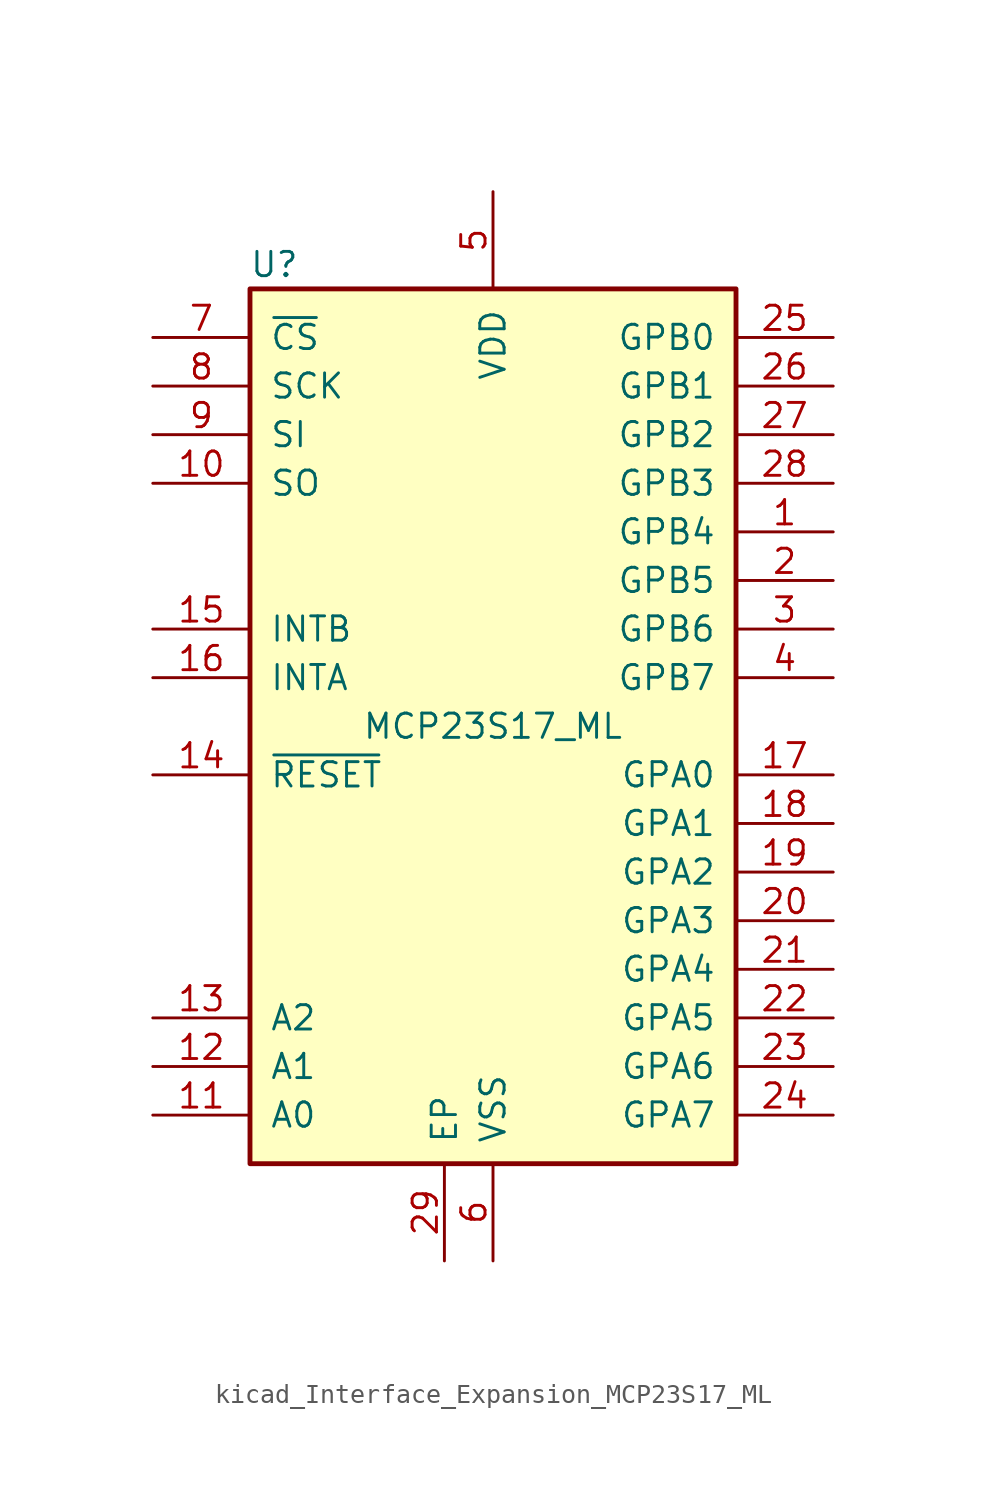
<source format=kicad_sym>
(kicad_symbol_lib
  (version 20220914)
  (generator kicad_symbol_editor)
  (symbol "kicad_Interface_Expansion_MCP23S17_ML"
    (pin_names
      (offset 1.016))
    (property "Reference" "U"
      (at -11.43 24.13 0)
      (effects (font (size 1.27 1.27))))
    (property "Value" "MCP23S17_ML"
      (at 0 0 0)
      (effects (font (size 1.27 1.27))))
    (symbol "kicad_Interface_Expansion_MCP23S17_ML_0_1"
      (rectangle (start -12.7 22.86) (end 12.7 -22.86) (stroke (width 0.254) (type default)) (fill (type background))))
    (symbol "kicad_Interface_Expansion_MCP23S17_ML_1_1"
      (pin bidirectional line (at 17.78 10.16 180) (length 5.08) (name "GPB4" (effects (font (size 1.27 1.27)))) (number "1" (effects (font (size 1.27 1.27)))))
      (pin output line (at -17.78 12.7 0) (length 5.08) (name "SO" (effects (font (size 1.27 1.27)))) (number "10" (effects (font (size 1.27 1.27)))))
      (pin input line (at -17.78 -20.32 0) (length 5.08) (name "A0" (effects (font (size 1.27 1.27)))) (number "11" (effects (font (size 1.27 1.27)))))
      (pin input line (at -17.78 -17.78 0) (length 5.08) (name "A1" (effects (font (size 1.27 1.27)))) (number "12" (effects (font (size 1.27 1.27)))))
      (pin input line (at -17.78 -15.24 0) (length 5.08) (name "A2" (effects (font (size 1.27 1.27)))) (number "13" (effects (font (size 1.27 1.27)))))
      (pin input line (at -17.78 -2.54 0) (length 5.08) (name "~{RESET}" (effects (font (size 1.27 1.27)))) (number "14" (effects (font (size 1.27 1.27)))))
      (pin tri_state line (at -17.78 5.08 0) (length 5.08) (name "INTB" (effects (font (size 1.27 1.27)))) (number "15" (effects (font (size 1.27 1.27)))))
      (pin tri_state line (at -17.78 2.54 0) (length 5.08) (name "INTA" (effects (font (size 1.27 1.27)))) (number "16" (effects (font (size 1.27 1.27)))))
      (pin bidirectional line (at 17.78 -2.54 180) (length 5.08) (name "GPA0" (effects (font (size 1.27 1.27)))) (number "17" (effects (font (size 1.27 1.27)))))
      (pin bidirectional line (at 17.78 -5.08 180) (length 5.08) (name "GPA1" (effects (font (size 1.27 1.27)))) (number "18" (effects (font (size 1.27 1.27)))))
      (pin bidirectional line (at 17.78 -7.62 180) (length 5.08) (name "GPA2" (effects (font (size 1.27 1.27)))) (number "19" (effects (font (size 1.27 1.27)))))
      (pin bidirectional line (at 17.78 7.62 180) (length 5.08) (name "GPB5" (effects (font (size 1.27 1.27)))) (number "2" (effects (font (size 1.27 1.27)))))
      (pin bidirectional line (at 17.78 -10.16 180) (length 5.08) (name "GPA3" (effects (font (size 1.27 1.27)))) (number "20" (effects (font (size 1.27 1.27)))))
      (pin bidirectional line (at 17.78 -12.7 180) (length 5.08) (name "GPA4" (effects (font (size 1.27 1.27)))) (number "21" (effects (font (size 1.27 1.27)))))
      (pin bidirectional line (at 17.78 -15.24 180) (length 5.08) (name "GPA5" (effects (font (size 1.27 1.27)))) (number "22" (effects (font (size 1.27 1.27)))))
      (pin bidirectional line (at 17.78 -17.78 180) (length 5.08) (name "GPA6" (effects (font (size 1.27 1.27)))) (number "23" (effects (font (size 1.27 1.27)))))
      (pin bidirectional line (at 17.78 -20.32 180) (length 5.08) (name "GPA7" (effects (font (size 1.27 1.27)))) (number "24" (effects (font (size 1.27 1.27)))))
      (pin bidirectional line (at 17.78 20.32 180) (length 5.08) (name "GPB0" (effects (font (size 1.27 1.27)))) (number "25" (effects (font (size 1.27 1.27)))))
      (pin bidirectional line (at 17.78 17.78 180) (length 5.08) (name "GPB1" (effects (font (size 1.27 1.27)))) (number "26" (effects (font (size 1.27 1.27)))))
      (pin bidirectional line (at 17.78 15.24 180) (length 5.08) (name "GPB2" (effects (font (size 1.27 1.27)))) (number "27" (effects (font (size 1.27 1.27)))))
      (pin bidirectional line (at 17.78 12.7 180) (length 5.08) (name "GPB3" (effects (font (size 1.27 1.27)))) (number "28" (effects (font (size 1.27 1.27)))))
      (pin passive line (at -2.54 -27.94 90) (length 5.08) (name "EP" (effects (font (size 1.27 1.27)))) (number "29" (effects (font (size 1.27 1.27)))))
      (pin bidirectional line (at 17.78 5.08 180) (length 5.08) (name "GPB6" (effects (font (size 1.27 1.27)))) (number "3" (effects (font (size 1.27 1.27)))))
      (pin bidirectional line (at 17.78 2.54 180) (length 5.08) (name "GPB7" (effects (font (size 1.27 1.27)))) (number "4" (effects (font (size 1.27 1.27)))))
      (pin power_in line (at 0 27.94 270) (length 5.08) (name "VDD" (effects (font (size 1.27 1.27)))) (number "5" (effects (font (size 1.27 1.27)))))
      (pin power_in line (at 0 -27.94 90) (length 5.08) (name "VSS" (effects (font (size 1.27 1.27)))) (number "6" (effects (font (size 1.27 1.27)))))
      (pin input line (at -17.78 20.32 0) (length 5.08) (name "~{CS}" (effects (font (size 1.27 1.27)))) (number "7" (effects (font (size 1.27 1.27)))))
      (pin input line (at -17.78 17.78 0) (length 5.08) (name "SCK" (effects (font (size 1.27 1.27)))) (number "8" (effects (font (size 1.27 1.27)))))
      (pin input line (at -17.78 15.24 0) (length 5.08) (name "SI" (effects (font (size 1.27 1.27)))) (number "9" (effects (font (size 1.27 1.27))))))))
</source>
